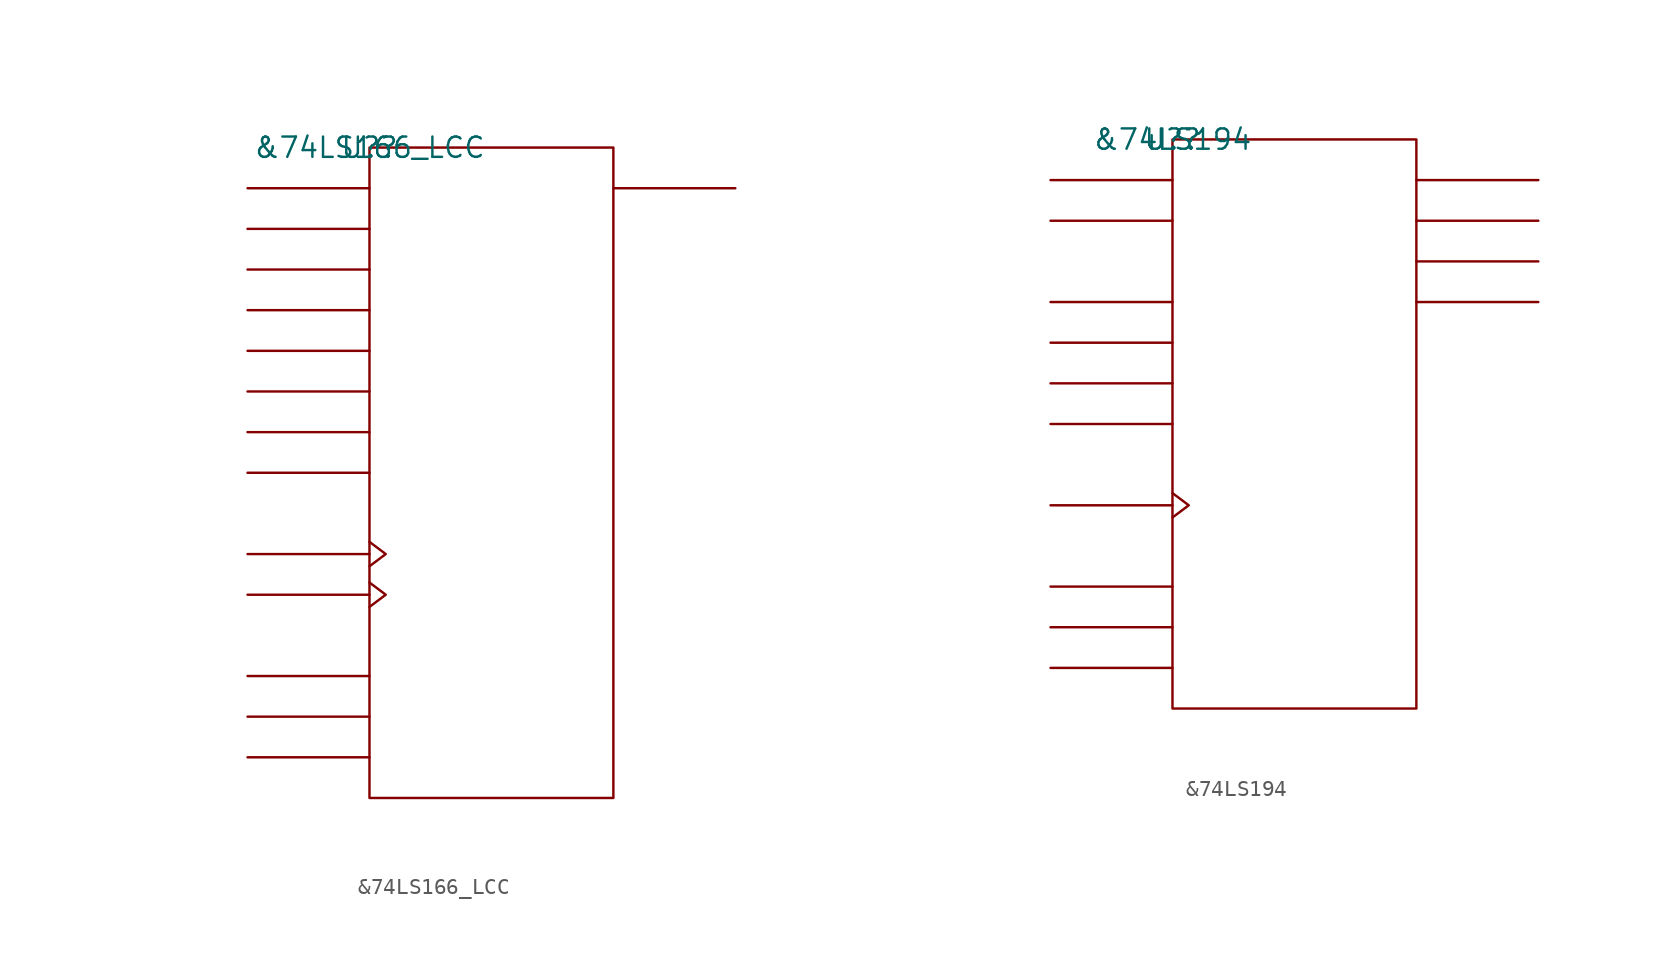
<source format=kicad_sym>
(kicad_symbol_lib
  (version 20211014)
  (generator kicad_symbol_editor)
  (symbol "&74LS166_LCC"
    (pin_names
      (offset 0.762))
    (property "Reference" "U?"
      (at 0 0 0)
      (effects (font (size 1.27 1.27))))
    (property "Value" "&74LS166_LCC"
      (at 0 0 0)
      (effects (font (size 1.27 1.27))))
    (symbol "&74LS166_LCC_0_1"
      (rectangle (start 0 -40.64) (end 15.24 0) (stroke (width 0) (type default) (color 0 0 0 0)) (fill (type none)))
      (polyline (pts (xy 0 -38.1) (xy -7.62 -38.1)) (stroke (width 0) (type default) (color 0 0 0 0)) (fill (type none)))
      (polyline (pts (xy 0 -35.56) (xy -7.62 -35.56)) (stroke (width 0) (type default) (color 0 0 0 0)) (fill (type none)))
      (polyline (pts (xy 0 -33.02) (xy -7.62 -33.02)) (stroke (width 0) (type default) (color 0 0 0 0)) (fill (type none)))
      (polyline (pts (xy 0 -27.94) (xy -7.62 -27.94)) (stroke (width 0) (type default) (color 0 0 0 0)) (fill (type none)))
      (polyline (pts (xy 0 -25.4) (xy -7.62 -25.4)) (stroke (width 0) (type default) (color 0 0 0 0)) (fill (type none)))
      (polyline (pts (xy 0 -20.32) (xy -7.62 -20.32)) (stroke (width 0) (type default) (color 0 0 0 0)) (fill (type none)))
      (polyline (pts (xy 0 -17.78) (xy -7.62 -17.78)) (stroke (width 0) (type default) (color 0 0 0 0)) (fill (type none)))
      (polyline (pts (xy 0 -15.24) (xy -7.62 -15.24)) (stroke (width 0) (type default) (color 0 0 0 0)) (fill (type none)))
      (polyline (pts (xy 0 -12.7) (xy -7.62 -12.7)) (stroke (width 0) (type default) (color 0 0 0 0)) (fill (type none)))
      (polyline (pts (xy 0 -10.16) (xy -7.62 -10.16)) (stroke (width 0) (type default) (color 0 0 0 0)) (fill (type none)))
      (polyline (pts (xy 0 -7.62) (xy -7.62 -7.62)) (stroke (width 0) (type default) (color 0 0 0 0)) (fill (type none)))
      (polyline (pts (xy 0 -5.08) (xy -7.62 -5.08)) (stroke (width 0) (type default) (color 0 0 0 0)) (fill (type none)))
      (polyline (pts (xy 0 -2.54) (xy -7.62 -2.54)) (stroke (width 0) (type default) (color 0 0 0 0)) (fill (type none)))
      (polyline (pts (xy 15.24 -2.54) (xy 22.86 -2.54)) (stroke (width 0) (type default) (color 0 0 0 0)) (fill (type none)))
      (polyline (pts (xy 0 -27.178) (xy 1.016 -27.94) (xy 0 -28.702)) (stroke (width 0) (type default) (color 0 0 0 0)) (fill (type none)))
      (polyline (pts (xy 0 -24.638) (xy 1.016 -25.4) (xy 0 -26.162)) (stroke (width 0) (type default) (color 0 0 0 0)) (fill (type none))))
    (symbol "&74LS166_LCC_1_1"
      (pin power_in line (at 10.16 -40.64 180) (length 7.62) hide (name "GND" (effects (font (size 1.245 1.245)))) (number "10" (effects (font (size 1.245 1.245)))))
      (pin unspecified line (at -7.62 -33.02 0) (length 7.62) hide (name "C\\L\\R\\" (effects (font (size 1.245 1.245)))) (number "12" (effects (font (size 1.245 1.245)))))
      (pin unspecified line (at -7.62 -12.7 0) (length 7.62) hide (name "D4" (effects (font (size 1.245 1.245)))) (number "13" (effects (font (size 1.245 1.245)))))
      (pin unspecified line (at -7.62 -15.24 0) (length 7.62) hide (name "D5" (effects (font (size 1.245 1.245)))) (number "14" (effects (font (size 1.245 1.245)))))
      (pin unspecified line (at -7.62 -17.78 0) (length 7.62) hide (name "D6" (effects (font (size 1.245 1.245)))) (number "15" (effects (font (size 1.245 1.245)))))
      (pin unspecified line (at 22.86 -2.54 180) (length 7.62) hide (name "QH" (effects (font (size 1.245 1.245)))) (number "17" (effects (font (size 1.245 1.245)))))
      (pin unspecified line (at -7.62 -20.32 0) (length 7.62) hide (name "D7" (effects (font (size 1.245 1.245)))) (number "18" (effects (font (size 1.245 1.245)))))
      (pin unspecified line (at -7.62 -38.1 0) (length 7.62) hide (name "L\\/S" (effects (font (size 1.245 1.245)))) (number "19" (effects (font (size 1.245 1.245)))))
      (pin unspecified line (at -7.62 -35.56 0) (length 7.62) hide (name "DS" (effects (font (size 1.245 1.245)))) (number "2" (effects (font (size 1.245 1.245)))))
      (pin power_in line (at 7.62 0 0) (length 7.62) hide (name "VCC" (effects (font (size 1.245 1.245)))) (number "20" (effects (font (size 1.245 1.245)))))
      (pin unspecified line (at -7.62 -2.54 0) (length 7.62) hide (name "D0" (effects (font (size 1.245 1.245)))) (number "3" (effects (font (size 1.245 1.245)))))
      (pin unspecified line (at -7.62 -5.08 0) (length 7.62) hide (name "D1" (effects (font (size 1.245 1.245)))) (number "4" (effects (font (size 1.245 1.245)))))
      (pin unspecified line (at -7.62 -7.62 0) (length 7.62) hide (name "D2" (effects (font (size 1.245 1.245)))) (number "5" (effects (font (size 1.245 1.245)))))
      (pin unspecified line (at -7.62 -10.16 0) (length 7.62) hide (name "D3" (effects (font (size 1.245 1.245)))) (number "7" (effects (font (size 1.245 1.245)))))
      (pin unspecified line (at -7.62 -27.94 180) (length 7.62) hide (name "CLKINH" (effects (font (size 1.245 1.245)))) (number "8" (effects (font (size 1.245 1.245)))))
      (pin unspecified line (at -7.62 -25.4 180) (length 7.62) hide (name "CLK" (effects (font (size 1.245 1.245)))) (number "9" (effects (font (size 1.245 1.245)))))))
  (symbol "&74LS194"
    (pin_names
      (offset 0.762))
    (property "Reference" "U?"
      (at 0 0 0)
      (effects (font (size 1.27 1.27))))
    (property "Value" "&74LS194"
      (at 0 0 0)
      (effects (font (size 1.27 1.27))))
    (symbol "&74LS194_0_1"
      (rectangle (start 0 -35.56) (end 15.24 0) (stroke (width 0) (type default) (color 0 0 0 0)) (fill (type none)))
      (polyline (pts (xy 0 -33.02) (xy -7.62 -33.02)) (stroke (width 0) (type default) (color 0 0 0 0)) (fill (type none)))
      (polyline (pts (xy 0 -30.48) (xy -7.62 -30.48)) (stroke (width 0) (type default) (color 0 0 0 0)) (fill (type none)))
      (polyline (pts (xy 0 -27.94) (xy -7.62 -27.94)) (stroke (width 0) (type default) (color 0 0 0 0)) (fill (type none)))
      (polyline (pts (xy 0 -22.86) (xy -7.62 -22.86)) (stroke (width 0) (type default) (color 0 0 0 0)) (fill (type none)))
      (polyline (pts (xy 0 -17.78) (xy -7.62 -17.78)) (stroke (width 0) (type default) (color 0 0 0 0)) (fill (type none)))
      (polyline (pts (xy 0 -15.24) (xy -7.62 -15.24)) (stroke (width 0) (type default) (color 0 0 0 0)) (fill (type none)))
      (polyline (pts (xy 0 -12.7) (xy -7.62 -12.7)) (stroke (width 0) (type default) (color 0 0 0 0)) (fill (type none)))
      (polyline (pts (xy 0 -10.16) (xy -7.62 -10.16)) (stroke (width 0) (type default) (color 0 0 0 0)) (fill (type none)))
      (polyline (pts (xy 0 -5.08) (xy -7.62 -5.08)) (stroke (width 0) (type default) (color 0 0 0 0)) (fill (type none)))
      (polyline (pts (xy 0 -2.54) (xy -7.62 -2.54)) (stroke (width 0) (type default) (color 0 0 0 0)) (fill (type none)))
      (polyline (pts (xy 15.24 -10.16) (xy 22.86 -10.16)) (stroke (width 0) (type default) (color 0 0 0 0)) (fill (type none)))
      (polyline (pts (xy 15.24 -7.62) (xy 22.86 -7.62)) (stroke (width 0) (type default) (color 0 0 0 0)) (fill (type none)))
      (polyline (pts (xy 15.24 -5.08) (xy 22.86 -5.08)) (stroke (width 0) (type default) (color 0 0 0 0)) (fill (type none)))
      (polyline (pts (xy 15.24 -2.54) (xy 22.86 -2.54)) (stroke (width 0) (type default) (color 0 0 0 0)) (fill (type none)))
      (polyline (pts (xy 0 -22.098) (xy 1.016 -22.86) (xy 0 -23.622)) (stroke (width 0) (type default) (color 0 0 0 0)) (fill (type none))))
    (symbol "&74LS194_1_1"
      (pin unspecified line (at -7.62 -27.94 0) (length 7.62) hide (name "C\\L\\R\\" (effects (font (size 1.245 1.245)))) (number "1" (effects (font (size 1.245 1.245)))))
      (pin unspecified line (at -7.62 -33.02 0) (length 7.62) hide (name "S1" (effects (font (size 1.245 1.245)))) (number "10" (effects (font (size 1.245 1.245)))))
      (pin unspecified line (at -7.62 -22.86 180) (length 7.62) hide (name "CLK" (effects (font (size 1.245 1.245)))) (number "11" (effects (font (size 1.245 1.245)))))
      (pin unspecified line (at 22.86 -10.16 180) (length 7.62) hide (name "QD" (effects (font (size 1.245 1.245)))) (number "12" (effects (font (size 1.245 1.245)))))
      (pin unspecified line (at 22.86 -7.62 180) (length 7.62) hide (name "QC" (effects (font (size 1.245 1.245)))) (number "13" (effects (font (size 1.245 1.245)))))
      (pin unspecified line (at 22.86 -5.08 180) (length 7.62) hide (name "QB" (effects (font (size 1.245 1.245)))) (number "14" (effects (font (size 1.245 1.245)))))
      (pin unspecified line (at 22.86 -2.54 180) (length 7.62) hide (name "QA" (effects (font (size 1.245 1.245)))) (number "15" (effects (font (size 1.245 1.245)))))
      (pin power_in line (at 7.62 0 180) (length 7.62) hide (name "VCC" (effects (font (size 1.245 1.245)))) (number "16" (effects (font (size 1.245 1.245)))))
      (pin unspecified line (at -7.62 -5.08 0) (length 7.62) hide (name "SR" (effects (font (size 1.245 1.245)))) (number "2" (effects (font (size 1.245 1.245)))))
      (pin unspecified line (at -7.62 -10.16 0) (length 7.62) hide (name "A" (effects (font (size 1.245 1.245)))) (number "3" (effects (font (size 1.245 1.245)))))
      (pin unspecified line (at -7.62 -12.7 0) (length 7.62) hide (name "B" (effects (font (size 1.245 1.245)))) (number "4" (effects (font (size 1.245 1.245)))))
      (pin unspecified line (at -7.62 -15.24 0) (length 7.62) hide (name "C" (effects (font (size 1.245 1.245)))) (number "5" (effects (font (size 1.245 1.245)))))
      (pin unspecified line (at -7.62 -17.78 0) (length 7.62) hide (name "D" (effects (font (size 1.245 1.245)))) (number "6" (effects (font (size 1.245 1.245)))))
      (pin unspecified line (at -7.62 -2.54 0) (length 7.62) hide (name "SL" (effects (font (size 1.245 1.245)))) (number "7" (effects (font (size 1.245 1.245)))))
      (pin power_in line (at 10.16 -35.56 180) (length 7.62) hide (name "GND" (effects (font (size 1.245 1.245)))) (number "8" (effects (font (size 1.245 1.245)))))
      (pin unspecified line (at -7.62 -30.48 0) (length 7.62) hide (name "S0" (effects (font (size 1.245 1.245)))) (number "9" (effects (font (size 1.245 1.245))))))))
</source>
